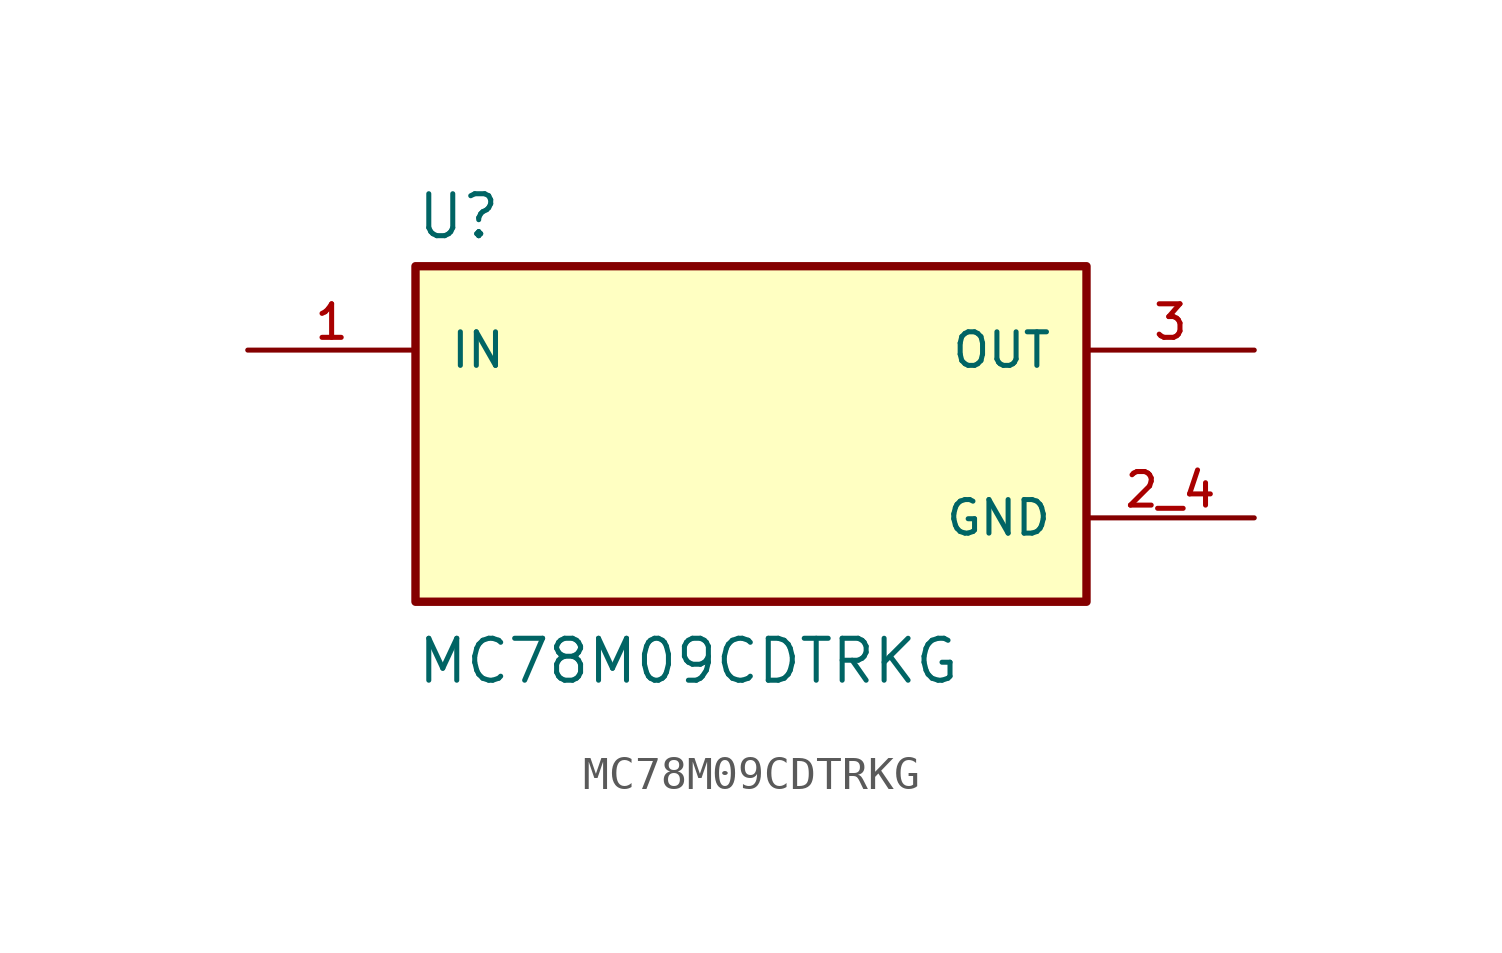
<source format=kicad_sym>
(kicad_symbol_lib
  (version 20211014)
  (generator kicad_symbol_editor)
  (symbol "MC78M09CDTRKG"
    (pin_names
      (offset 1.016))
    (property "Reference" "U"
      (at -10.16 5.842 0)
      (effects (font (size 1.27 1.27)) (justify bottom left)))
    (property "Value" "MC78M09CDTRKG"
      (at -10.16 -7.62 0)
      (effects (font (size 1.27 1.27)) (justify bottom left)))
    (symbol "MC78M09CDTRKG_0_0"
      (rectangle (start -10.16 -5.08) (end 10.16 5.08) (stroke (width 0.254)) (fill (type background)))
      (pin input line (at -15.24 2.54 0) (length 5.08) (name "IN" (effects (font (size 1.016 1.016)))) (number "1" (effects (font (size 1.016 1.016)))))
      (pin output line (at 15.24 2.54 180.0) (length 5.08) (name "OUT" (effects (font (size 1.016 1.016)))) (number "3" (effects (font (size 1.016 1.016)))))
      (pin power_in line (at 15.24 -2.54 180.0) (length 5.08) (name "GND" (effects (font (size 1.016 1.016)))) (number "2_4" (effects (font (size 1.016 1.016))))))))
</source>
